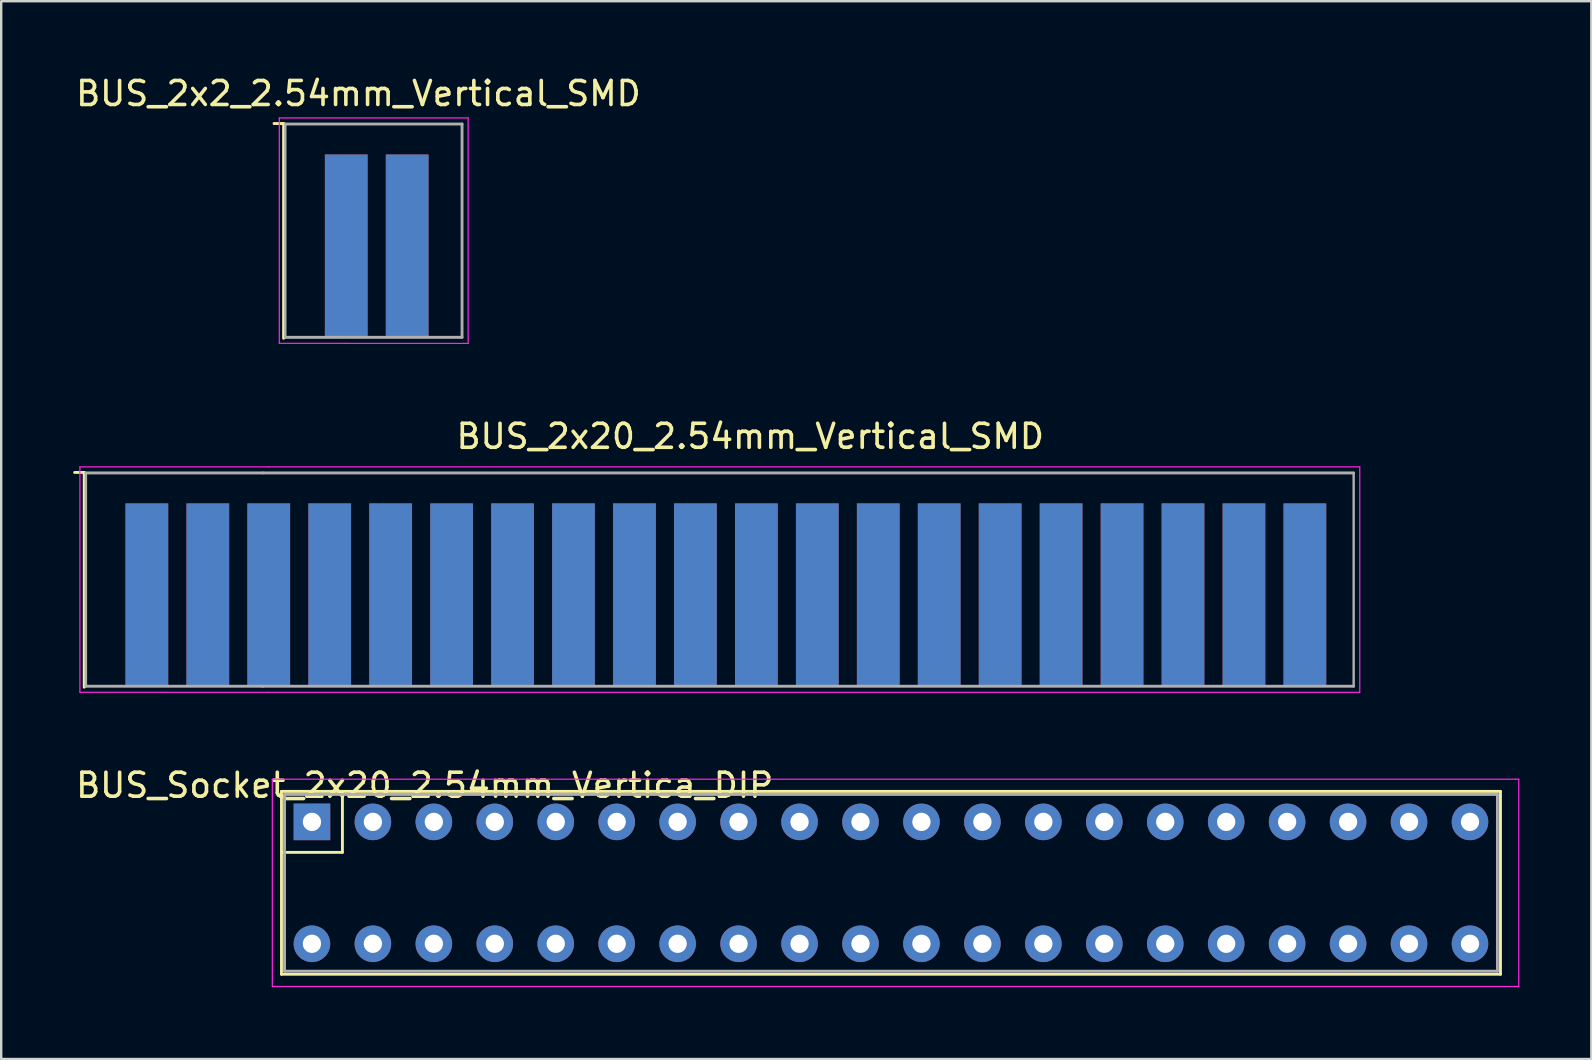
<source format=kicad_pcb>
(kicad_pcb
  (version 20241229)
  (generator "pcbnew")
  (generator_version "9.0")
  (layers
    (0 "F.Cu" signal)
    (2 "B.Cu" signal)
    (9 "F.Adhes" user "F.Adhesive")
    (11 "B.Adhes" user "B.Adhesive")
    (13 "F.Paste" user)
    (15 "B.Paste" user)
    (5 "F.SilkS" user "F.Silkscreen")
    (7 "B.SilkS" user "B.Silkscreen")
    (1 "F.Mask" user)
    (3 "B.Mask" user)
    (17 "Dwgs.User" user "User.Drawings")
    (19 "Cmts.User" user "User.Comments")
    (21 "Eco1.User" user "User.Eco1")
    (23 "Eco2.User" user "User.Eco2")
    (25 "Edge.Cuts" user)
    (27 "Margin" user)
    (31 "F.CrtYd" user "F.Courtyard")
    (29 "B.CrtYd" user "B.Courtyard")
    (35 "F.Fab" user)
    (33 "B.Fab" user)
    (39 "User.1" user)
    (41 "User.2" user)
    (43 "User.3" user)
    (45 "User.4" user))
  (footprint "BUS_2x2_2.54mm_Vertical_SMD"
    (layer "F.Cu")
    (at 8.585 1.864)
    (property "Reference" "BUS_2x2_2.54mm_Vertical_SMD" (at 3.302 -1.016 0) (layer "F.SilkS") (effects (font (size 1 1) (thickness 0.15))))
    (attr exclude_from_pos_files exclude_from_bom)
    (fp_line (start 0.184 0.234) (end -0.216 0.234) (stroke (width 0.12) (type solid)) (layer "F.SilkS"))
    (fp_line (start 0.184 9.184) (end 0.184 0.234) (stroke (width 0.12) (type solid)) (layer "F.SilkS"))
    (fp_line (start 0.004 0.004) (end 0.004 9.394) (stroke (width 0.05) (type solid)) (layer "F.CrtYd"))
    (fp_line (start 0.004 9.394) (end 7.874 9.398) (stroke (width 0.05) (type solid)) (layer "F.CrtYd"))
    (fp_line (start 7.874 0) (end 0 0) (stroke (width 0.05) (type solid)) (layer "F.CrtYd"))
    (fp_line (start 7.874 9.398) (end 7.874 0) (stroke (width 0.05) (type solid)) (layer "F.CrtYd"))
    (fp_line (start 0.254 0.254) (end 7.62 0.254) (stroke (width 0.12) (type solid)) (layer "F.Fab"))
    (fp_line (start 0.254 9.144) (end 0.254 0.254) (stroke (width 0.1) (type solid)) (layer "F.Fab"))
    (fp_line (start 7.62 0.254) (end 7.62 9.144) (stroke (width 0.12) (type solid)) (layer "F.Fab"))
    (fp_line (start 7.62 9.144) (end 0.254 9.144) (stroke (width 0.12) (type solid)) (layer "F.Fab"))
    (pad "1" connect rect (at 2.794 5.334) (size 1.78 7.62) (layers "F.Cu" "F.Mask"))
    (pad "2" connect rect (at 2.794 5.334) (size 1.78 7.62) (layers "B.Cu" "B.Mask"))
    (pad "3" connect rect (at 5.334 5.334) (size 1.78 7.62) (layers "F.Cu" "F.Mask"))
    (pad "4" connect rect (at 5.334 5.334) (size 1.78 7.62) (layers "B.Cu" "B.Mask")))
  (footprint "BUS_2x20_2.54mm_Vertical_SMD"
    (layer "F.Cu")
    (at 24.914 16.151)
    (property "Reference" "BUS_2x20_2.54mm_Vertical_SMD" (at 3.302 -1.016 0) (layer "F.SilkS") (effects (font (size 1 1) (thickness 0.15))))
    (attr exclude_from_pos_files exclude_from_bom)
    (fp_line (start -24.454 0.488) (end -24.854 0.488) (stroke (width 0.12) (type solid)) (layer "F.SilkS"))
    (fp_line (start -24.454 9.438) (end -24.454 0.488) (stroke (width 0.12) (type solid)) (layer "F.SilkS"))
    (fp_line (start -24.634 0.258) (end -24.634 9.648) (stroke (width 0.05) (type solid)) (layer "F.CrtYd"))
    (fp_line (start -24.634 9.648) (end -16.764 9.652) (stroke (width 0.05) (type solid)) (layer "F.CrtYd"))
    (fp_line (start -16.764 0.254) (end -24.638 0.254) (stroke (width 0.05) (type solid)) (layer "F.CrtYd"))
    (fp_line (start -16.764 0.254) (end 28.702 0.254) (stroke (width 0.05) (type solid)) (layer "F.CrtYd"))
    (fp_line (start -16.764 9.652) (end 28.702 9.652) (stroke (width 0.05) (type solid)) (layer "F.CrtYd"))
    (fp_line (start 28.702 9.652) (end 28.702 0.254) (stroke (width 0.05) (type solid)) (layer "F.CrtYd"))
    (fp_line (start -24.384 0.508) (end -17.018 0.508) (stroke (width 0.12) (type solid)) (layer "F.Fab"))
    (fp_line (start -24.384 9.398) (end -24.384 0.508) (stroke (width 0.1) (type solid)) (layer "F.Fab"))
    (fp_line (start -17.018 0.508) (end 28.448 0.508) (stroke (width 0.12) (type solid)) (layer "F.Fab"))
    (fp_line (start -17.018 9.398) (end -24.384 9.398) (stroke (width 0.12) (type solid)) (layer "F.Fab"))
    (fp_line (start 28.448 9.398) (end -17.018 9.398) (stroke (width 0.12) (type solid)) (layer "F.Fab"))
    (fp_line (start 28.448 9.398) (end 28.448 0.508) (stroke (width 0.1) (type solid)) (layer "F.Fab"))
    (pad "1" connect rect (at -21.844 5.588) (size 1.78 7.62) (layers "B.Cu" "B.Mask"))
    (pad "2" connect rect (at -19.304 5.588) (size 1.78 7.62) (layers "B.Cu" "B.Mask"))
    (pad "3" connect rect (at -16.764 5.588) (size 1.78 7.62) (layers "B.Cu" "B.Mask"))
    (pad "4" connect rect (at -14.224 5.588) (size 1.78 7.62) (layers "B.Cu" "B.Mask"))
    (pad "5" connect rect (at -11.684 5.588) (size 1.78 7.62) (layers "B.Cu" "B.Mask"))
    (pad "6" connect rect (at -9.144 5.588) (size 1.78 7.62) (layers "B.Cu" "B.Mask"))
    (pad "7" connect rect (at -6.604 5.588) (size 1.78 7.62) (layers "B.Cu" "B.Mask"))
    (pad "8" connect rect (at -4.064 5.588) (size 1.78 7.62) (layers "B.Cu" "B.Mask"))
    (pad "9" connect rect (at -1.524 5.588) (size 1.78 7.62) (layers "B.Cu" "B.Mask"))
    (pad "10" connect rect (at 1.016 5.588) (size 1.78 7.62) (layers "B.Cu" "B.Mask"))
    (pad "11" connect rect (at 3.556 5.588) (size 1.78 7.62) (layers "B.Cu" "B.Mask"))
    (pad "12" connect rect (at 6.096 5.588) (size 1.78 7.62) (layers "B.Cu" "B.Mask"))
    (pad "13" connect rect (at 8.636 5.588) (size 1.78 7.62) (layers "B.Cu" "B.Mask"))
    (pad "14" connect rect (at 11.176 5.588) (size 1.78 7.62) (layers "B.Cu" "B.Mask"))
    (pad "15" connect rect (at 13.716 5.588) (size 1.78 7.62) (layers "B.Cu" "B.Mask"))
    (pad "16" connect rect (at 16.256 5.588) (size 1.78 7.62) (layers "B.Cu" "B.Mask"))
    (pad "17" connect rect (at 18.796 5.588) (size 1.78 7.62) (layers "B.Cu" "B.Mask"))
    (pad "18" connect rect (at 21.336 5.588) (size 1.78 7.62) (layers "B.Cu" "B.Mask"))
    (pad "19" connect rect (at 23.876 5.588) (size 1.78 7.62) (layers "B.Cu" "B.Mask"))
    (pad "20" connect rect (at 26.416 5.588) (size 1.78 7.62) (layers "B.Cu" "B.Mask"))
    (pad "21" connect rect (at -21.844 5.588) (size 1.78 7.62) (layers "F.Cu" "F.Mask"))
    (pad "22" connect rect (at -19.304 5.588) (size 1.78 7.62) (layers "F.Cu" "F.Mask"))
    (pad "23" connect rect (at -16.764 5.588) (size 1.78 7.62) (layers "F.Cu" "F.Mask"))
    (pad "24" connect rect (at -14.224 5.588) (size 1.78 7.62) (layers "F.Cu" "F.Mask"))
    (pad "25" connect rect (at -11.684 5.588) (size 1.78 7.62) (layers "F.Cu" "F.Mask"))
    (pad "26" connect rect (at -9.144 5.588) (size 1.78 7.62) (layers "F.Cu" "F.Mask"))
    (pad "27" connect rect (at -6.604 5.588) (size 1.78 7.62) (layers "F.Cu" "F.Mask"))
    (pad "28" connect rect (at -4.064 5.588) (size 1.78 7.62) (layers "F.Cu" "F.Mask"))
    (pad "29" connect rect (at -1.524 5.588) (size 1.78 7.62) (layers "F.Cu" "F.Mask"))
    (pad "30" connect rect (at 1.016 5.588) (size 1.78 7.62) (layers "F.Cu" "F.Mask"))
    (pad "31" connect rect (at 3.556 5.588) (size 1.78 7.62) (layers "F.Cu" "F.Mask"))
    (pad "32" connect rect (at 6.096 5.588) (size 1.78 7.62) (layers "F.Cu" "F.Mask"))
    (pad "33" connect rect (at 8.636 5.588) (size 1.78 7.62) (layers "F.Cu" "F.Mask"))
    (pad "34" connect rect (at 11.176 5.588) (size 1.78 7.62) (layers "F.Cu" "F.Mask"))
    (pad "35" connect rect (at 13.716 5.588) (size 1.78 7.62) (layers "F.Cu" "F.Mask"))
    (pad "36" connect rect (at 16.256 5.588) (size 1.78 7.62) (layers "F.Cu" "F.Mask"))
    (pad "37" connect rect (at 18.796 5.588) (size 1.78 7.62) (layers "F.Cu" "F.Mask"))
    (pad "38" connect rect (at 21.336 5.588) (size 1.78 7.62) (layers "F.Cu" "F.Mask"))
    (pad "39" connect rect (at 23.876 5.588) (size 1.78 7.62) (layers "F.Cu" "F.Mask"))
    (pad "40" connect rect (at 26.416 5.588) (size 1.78 7.62) (layers "F.Cu" "F.Mask")))
  (footprint "BUS_Socket_2x20_2.54mm_Vertica_DIP"
    (layer "F.Cu")
    (at 9.95 31.201)
    (property "Reference" "BUS_Socket_2x20_2.54mm_Vertica_DIP" (at 4.699 -1.524 0) (layer "F.SilkS") (effects (font (size 1 1) (thickness 0.15))))
    (attr through_hole)
    (fp_line (start -1.27 -1.27) (end -1.27 6.35) (stroke (width 0.12) (type solid)) (layer "F.SilkS"))
    (fp_line (start -1.27 6.35) (end 49.53 6.35) (stroke (width 0.12) (type solid)) (layer "F.SilkS"))
    (fp_line (start 1.27 -1.27) (end 1.27 1.27) (stroke (width 0.12) (type solid)) (layer "F.SilkS"))
    (fp_line (start 1.27 1.27) (end -1.27 1.27) (stroke (width 0.12) (type solid)) (layer "F.SilkS"))
    (fp_line (start 49.53 -1.27) (end -1.27 -1.27) (stroke (width 0.12) (type solid)) (layer "F.SilkS"))
    (fp_line (start 49.53 6.35) (end 49.53 -1.27) (stroke (width 0.12) (type solid)) (layer "F.SilkS"))
    (fp_line (start -1.651 -1.778) (end -1.651 6.858) (stroke (width 0.05) (type solid)) (layer "F.CrtYd"))
    (fp_line (start -1.651 6.858) (end 50.292 6.858) (stroke (width 0.05) (type solid)) (layer "F.CrtYd"))
    (fp_line (start 50.165 -1.778) (end -1.651 -1.778) (stroke (width 0.05) (type solid)) (layer "F.CrtYd"))
    (fp_line (start 50.165 -1.778) (end 50.292 -1.778) (stroke (width 0.05) (type solid)) (layer "F.CrtYd"))
    (fp_line (start 50.292 -1.778) (end 50.292 6.858) (stroke (width 0.05) (type solid)) (layer "F.CrtYd"))
    (fp_line (start -1.143 -1.143) (end 49.403 -1.143) (stroke (width 0.12) (type solid)) (layer "F.Fab"))
    (fp_line (start -1.143 6.223) (end -1.143 -1.143) (stroke (width 0.12) (type solid)) (layer "F.Fab"))
    (fp_line (start 49.403 -1.143) (end 49.403 6.223) (stroke (width 0.12) (type solid)) (layer "F.Fab"))
    (fp_line (start 49.403 6.223) (end -1.143 6.223) (stroke (width 0.12) (type solid)) (layer "F.Fab"))
    (pad "1" thru_hole rect (at 0 0) (size 1.524 1.524) (drill 0.762) (layers "*.Cu" "*.Mask"))
    (pad "2" thru_hole circle (at 2.54 0) (size 1.524 1.524) (drill 0.762) (layers "*.Cu" "*.Mask"))
    (pad "3" thru_hole circle (at 5.08 0) (size 1.524 1.524) (drill 0.762) (layers "*.Cu" "*.Mask"))
    (pad "4" thru_hole circle (at 7.62 0) (size 1.524 1.524) (drill 0.762) (layers "*.Cu" "*.Mask"))
    (pad "5" thru_hole circle (at 10.16 0) (size 1.524 1.524) (drill 0.762) (layers "*.Cu" "*.Mask"))
    (pad "6" thru_hole circle (at 12.7 0) (size 1.524 1.524) (drill 0.762) (layers "*.Cu" "*.Mask"))
    (pad "7" thru_hole circle (at 15.24 0) (size 1.524 1.524) (drill 0.762) (layers "*.Cu" "*.Mask"))
    (pad "8" thru_hole circle (at 17.78 0) (size 1.524 1.524) (drill 0.762) (layers "*.Cu" "*.Mask"))
    (pad "9" thru_hole circle (at 20.32 0) (size 1.524 1.524) (drill 0.762) (layers "*.Cu" "*.Mask"))
    (pad "10" thru_hole circle (at 22.86 0) (size 1.524 1.524) (drill 0.762) (layers "*.Cu" "*.Mask"))
    (pad "11" thru_hole circle (at 25.4 0) (size 1.524 1.524) (drill 0.762) (layers "*.Cu" "*.Mask"))
    (pad "12" thru_hole circle (at 27.94 0) (size 1.524 1.524) (drill 0.762) (layers "*.Cu" "*.Mask"))
    (pad "13" thru_hole circle (at 30.48 0) (size 1.524 1.524) (drill 0.762) (layers "*.Cu" "*.Mask"))
    (pad "14" thru_hole circle (at 33.02 0) (size 1.524 1.524) (drill 0.762) (layers "*.Cu" "*.Mask"))
    (pad "15" thru_hole circle (at 35.56 0) (size 1.524 1.524) (drill 0.762) (layers "*.Cu" "*.Mask"))
    (pad "16" thru_hole circle (at 38.1 0) (size 1.524 1.524) (drill 0.762) (layers "*.Cu" "*.Mask"))
    (pad "17" thru_hole circle (at 40.64 0) (size 1.524 1.524) (drill 0.762) (layers "*.Cu" "*.Mask"))
    (pad "18" thru_hole circle (at 43.18 0) (size 1.524 1.524) (drill 0.762) (layers "*.Cu" "*.Mask"))
    (pad "19" thru_hole circle (at 45.72 0) (size 1.524 1.524) (drill 0.762) (layers "*.Cu" "*.Mask"))
    (pad "20" thru_hole circle (at 48.26 0) (size 1.524 1.524) (drill 0.762) (layers "*.Cu" "*.Mask"))
    (pad "21" thru_hole circle (at 0 5.08) (size 1.524 1.524) (drill 0.762) (layers "*.Cu" "*.Mask"))
    (pad "22" thru_hole circle (at 2.54 5.08) (size 1.524 1.524) (drill 0.762) (layers "*.Cu" "*.Mask"))
    (pad "23" thru_hole circle (at 5.08 5.08) (size 1.524 1.524) (drill 0.762) (layers "*.Cu" "*.Mask"))
    (pad "24" thru_hole circle (at 7.62 5.08) (size 1.524 1.524) (drill 0.762) (layers "*.Cu" "*.Mask"))
    (pad "25" thru_hole circle (at 10.16 5.08) (size 1.524 1.524) (drill 0.762) (layers "*.Cu" "*.Mask"))
    (pad "26" thru_hole circle (at 12.7 5.08) (size 1.524 1.524) (drill 0.762) (layers "*.Cu" "*.Mask"))
    (pad "27" thru_hole circle (at 15.24 5.08) (size 1.524 1.524) (drill 0.762) (layers "*.Cu" "*.Mask"))
    (pad "28" thru_hole circle (at 17.78 5.08) (size 1.524 1.524) (drill 0.762) (layers "*.Cu" "*.Mask"))
    (pad "29" thru_hole circle (at 20.32 5.08) (size 1.524 1.524) (drill 0.762) (layers "*.Cu" "*.Mask"))
    (pad "30" thru_hole circle (at 22.86 5.08) (size 1.524 1.524) (drill 0.762) (layers "*.Cu" "*.Mask"))
    (pad "31" thru_hole circle (at 25.4 5.08) (size 1.524 1.524) (drill 0.762) (layers "*.Cu" "*.Mask"))
    (pad "32" thru_hole circle (at 27.94 5.08) (size 1.524 1.524) (drill 0.762) (layers "*.Cu" "*.Mask"))
    (pad "33" thru_hole circle (at 30.48 5.08) (size 1.524 1.524) (drill 0.762) (layers "*.Cu" "*.Mask"))
    (pad "34" thru_hole circle (at 33.02 5.08) (size 1.524 1.524) (drill 0.762) (layers "*.Cu" "*.Mask"))
    (pad "35" thru_hole circle (at 35.56 5.08) (size 1.524 1.524) (drill 0.762) (layers "*.Cu" "*.Mask"))
    (pad "36" thru_hole circle (at 38.1 5.08) (size 1.524 1.524) (drill 0.762) (layers "*.Cu" "*.Mask"))
    (pad "37" thru_hole circle (at 40.64 5.08) (size 1.524 1.524) (drill 0.762) (layers "*.Cu" "*.Mask"))
    (pad "38" thru_hole circle (at 43.18 5.08) (size 1.524 1.524) (drill 0.762) (layers "*.Cu" "*.Mask"))
    (pad "39" thru_hole circle (at 45.72 5.08) (size 1.524 1.524) (drill 0.762) (layers "*.Cu" "*.Mask"))
    (pad "40" thru_hole circle (at 48.26 5.08) (size 1.524 1.524) (drill 0.762) (layers "*.Cu" "*.Mask")))
  (gr_rect
    (start -3 -3)
    (end 63.267 41.084)
    (stroke (width 0.1) (type default))
    (fill no)
    (layer "Edge.Cuts")))
</source>
